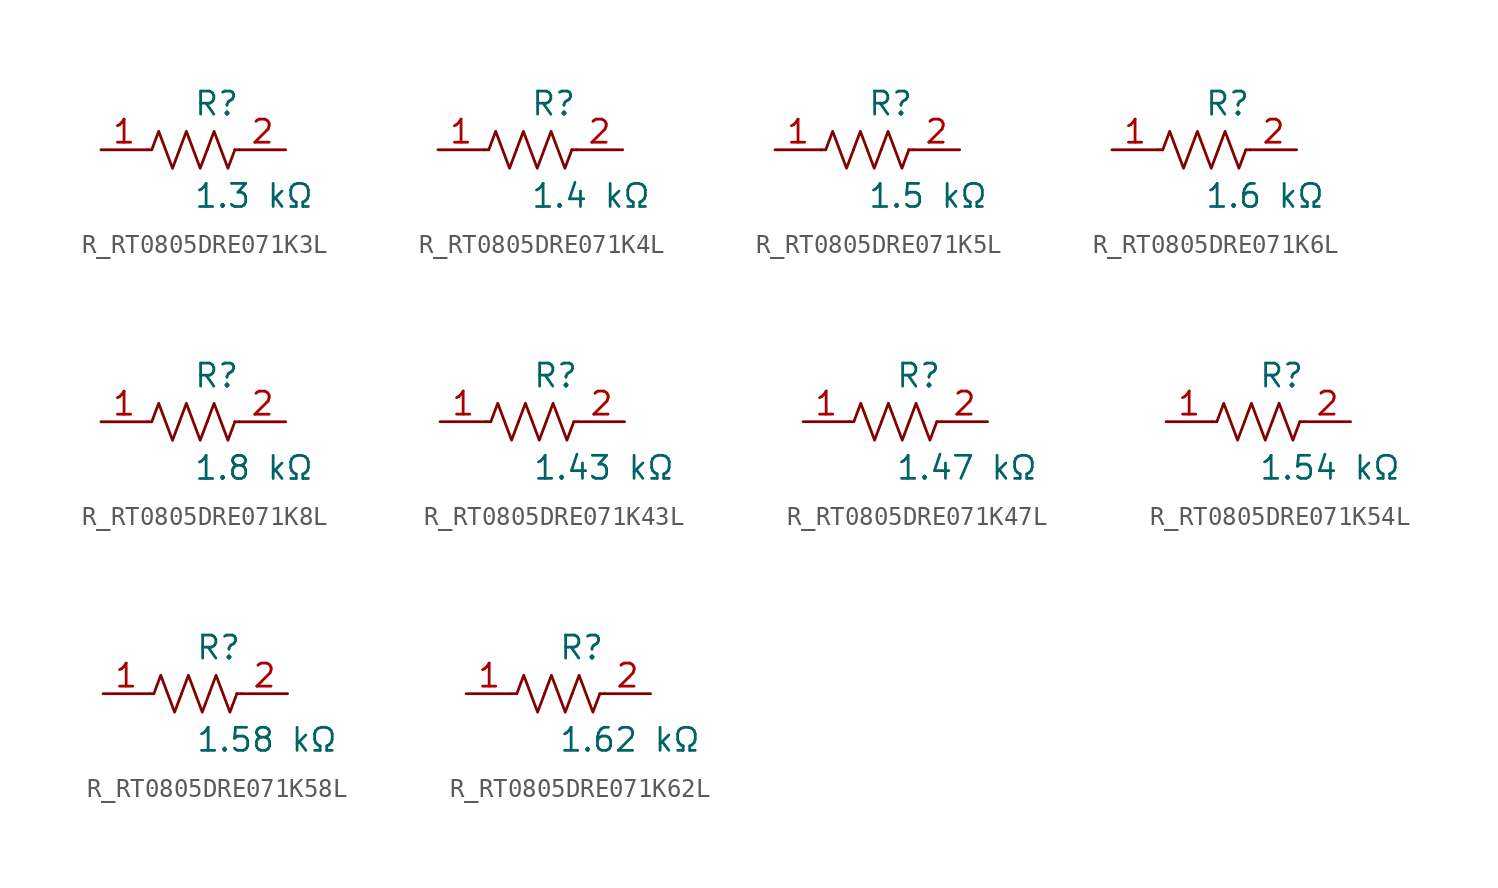
<source format=kicad_sym>
(kicad_symbol_lib
  (version 20231120)
  (generator kicad_symbol_editor)
  (generator_version 8.0)
  (symbol "R_RT0805DRE071K3L"
    (pin_names
      (offset 0.254))
    (property "Reference" "R"
      (at 0.0 2.54 0)
      (effects (font (size 1.27 1.27)) (justify left)))
    (property "Value" "1.3 kΩ"
      (at 0.0 -2.54 0)
      (effects (font (size 1.27 1.27)) (justify left)))
    (symbol "R_RT0805DRE071K3L_0_1"
      (polyline (pts (xy 2.286 0) (xy 2.54 0)) (stroke (width 0) (type default)) (fill (type none)))
      (polyline (pts (xy -2.286 0) (xy -2.54 0)) (stroke (width 0) (type default)) (fill (type none)))
      (polyline (pts (xy 0.762 0) (xy 1.143 1.016) (xy 1.524 0) (xy 1.905 -1.016) (xy 2.286 0)) (stroke (width 0) (type default)) (fill (type none)))
      (polyline (pts (xy -0.762 0) (xy -0.381 1.016) (xy 0 0) (xy 0.381 -1.016) (xy 0.762 0)) (stroke (width 0) (type default)) (fill (type none)))
      (polyline (pts (xy -2.286 0) (xy -1.905 1.016) (xy -1.524 0) (xy -1.143 -1.016) (xy -0.762 0)) (stroke (width 0) (type default)) (fill (type none))))
    (pin unspecified line
      (at -5.08 0 0)
      (length 2.54)
      (name "" (effects (font (size 1.27 1.27))))
      (number "1" (effects (font (size 1.27 1.27)))))
    (pin unspecified line
      (at 5.08 0 180)
      (length 2.54)
      (name "" (effects (font (size 1.27 1.27))))
      (number "2" (effects (font (size 1.27 1.27))))))
  (symbol "R_RT0805DRE071K4L"
    (pin_names
      (offset 0.254))
    (property "Reference" "R"
      (at 0.0 2.54 0)
      (effects (font (size 1.27 1.27)) (justify left)))
    (property "Value" "1.4 kΩ"
      (at 0.0 -2.54 0)
      (effects (font (size 1.27 1.27)) (justify left)))
    (symbol "R_RT0805DRE071K4L_0_1"
      (polyline (pts (xy 2.286 0) (xy 2.54 0)) (stroke (width 0) (type default)) (fill (type none)))
      (polyline (pts (xy -2.286 0) (xy -2.54 0)) (stroke (width 0) (type default)) (fill (type none)))
      (polyline (pts (xy 0.762 0) (xy 1.143 1.016) (xy 1.524 0) (xy 1.905 -1.016) (xy 2.286 0)) (stroke (width 0) (type default)) (fill (type none)))
      (polyline (pts (xy -0.762 0) (xy -0.381 1.016) (xy 0 0) (xy 0.381 -1.016) (xy 0.762 0)) (stroke (width 0) (type default)) (fill (type none)))
      (polyline (pts (xy -2.286 0) (xy -1.905 1.016) (xy -1.524 0) (xy -1.143 -1.016) (xy -0.762 0)) (stroke (width 0) (type default)) (fill (type none))))
    (pin unspecified line
      (at -5.08 0 0)
      (length 2.54)
      (name "" (effects (font (size 1.27 1.27))))
      (number "1" (effects (font (size 1.27 1.27)))))
    (pin unspecified line
      (at 5.08 0 180)
      (length 2.54)
      (name "" (effects (font (size 1.27 1.27))))
      (number "2" (effects (font (size 1.27 1.27))))))
  (symbol "R_RT0805DRE071K5L"
    (pin_names
      (offset 0.254))
    (property "Reference" "R"
      (at 0.0 2.54 0)
      (effects (font (size 1.27 1.27)) (justify left)))
    (property "Value" "1.5 kΩ"
      (at 0.0 -2.54 0)
      (effects (font (size 1.27 1.27)) (justify left)))
    (symbol "R_RT0805DRE071K5L_0_1"
      (polyline (pts (xy 2.286 0) (xy 2.54 0)) (stroke (width 0) (type default)) (fill (type none)))
      (polyline (pts (xy -2.286 0) (xy -2.54 0)) (stroke (width 0) (type default)) (fill (type none)))
      (polyline (pts (xy 0.762 0) (xy 1.143 1.016) (xy 1.524 0) (xy 1.905 -1.016) (xy 2.286 0)) (stroke (width 0) (type default)) (fill (type none)))
      (polyline (pts (xy -0.762 0) (xy -0.381 1.016) (xy 0 0) (xy 0.381 -1.016) (xy 0.762 0)) (stroke (width 0) (type default)) (fill (type none)))
      (polyline (pts (xy -2.286 0) (xy -1.905 1.016) (xy -1.524 0) (xy -1.143 -1.016) (xy -0.762 0)) (stroke (width 0) (type default)) (fill (type none))))
    (pin unspecified line
      (at -5.08 0 0)
      (length 2.54)
      (name "" (effects (font (size 1.27 1.27))))
      (number "1" (effects (font (size 1.27 1.27)))))
    (pin unspecified line
      (at 5.08 0 180)
      (length 2.54)
      (name "" (effects (font (size 1.27 1.27))))
      (number "2" (effects (font (size 1.27 1.27))))))
  (symbol "R_RT0805DRE071K6L"
    (pin_names
      (offset 0.254))
    (property "Reference" "R"
      (at 0.0 2.54 0)
      (effects (font (size 1.27 1.27)) (justify left)))
    (property "Value" "1.6 kΩ"
      (at 0.0 -2.54 0)
      (effects (font (size 1.27 1.27)) (justify left)))
    (symbol "R_RT0805DRE071K6L_0_1"
      (polyline (pts (xy 2.286 0) (xy 2.54 0)) (stroke (width 0) (type default)) (fill (type none)))
      (polyline (pts (xy -2.286 0) (xy -2.54 0)) (stroke (width 0) (type default)) (fill (type none)))
      (polyline (pts (xy 0.762 0) (xy 1.143 1.016) (xy 1.524 0) (xy 1.905 -1.016) (xy 2.286 0)) (stroke (width 0) (type default)) (fill (type none)))
      (polyline (pts (xy -0.762 0) (xy -0.381 1.016) (xy 0 0) (xy 0.381 -1.016) (xy 0.762 0)) (stroke (width 0) (type default)) (fill (type none)))
      (polyline (pts (xy -2.286 0) (xy -1.905 1.016) (xy -1.524 0) (xy -1.143 -1.016) (xy -0.762 0)) (stroke (width 0) (type default)) (fill (type none))))
    (pin unspecified line
      (at -5.08 0 0)
      (length 2.54)
      (name "" (effects (font (size 1.27 1.27))))
      (number "1" (effects (font (size 1.27 1.27)))))
    (pin unspecified line
      (at 5.08 0 180)
      (length 2.54)
      (name "" (effects (font (size 1.27 1.27))))
      (number "2" (effects (font (size 1.27 1.27))))))
  (symbol "R_RT0805DRE071K8L"
    (pin_names
      (offset 0.254))
    (property "Reference" "R"
      (at 0.0 2.54 0)
      (effects (font (size 1.27 1.27)) (justify left)))
    (property "Value" "1.8 kΩ"
      (at 0.0 -2.54 0)
      (effects (font (size 1.27 1.27)) (justify left)))
    (symbol "R_RT0805DRE071K8L_0_1"
      (polyline (pts (xy 2.286 0) (xy 2.54 0)) (stroke (width 0) (type default)) (fill (type none)))
      (polyline (pts (xy -2.286 0) (xy -2.54 0)) (stroke (width 0) (type default)) (fill (type none)))
      (polyline (pts (xy 0.762 0) (xy 1.143 1.016) (xy 1.524 0) (xy 1.905 -1.016) (xy 2.286 0)) (stroke (width 0) (type default)) (fill (type none)))
      (polyline (pts (xy -0.762 0) (xy -0.381 1.016) (xy 0 0) (xy 0.381 -1.016) (xy 0.762 0)) (stroke (width 0) (type default)) (fill (type none)))
      (polyline (pts (xy -2.286 0) (xy -1.905 1.016) (xy -1.524 0) (xy -1.143 -1.016) (xy -0.762 0)) (stroke (width 0) (type default)) (fill (type none))))
    (pin unspecified line
      (at -5.08 0 0)
      (length 2.54)
      (name "" (effects (font (size 1.27 1.27))))
      (number "1" (effects (font (size 1.27 1.27)))))
    (pin unspecified line
      (at 5.08 0 180)
      (length 2.54)
      (name "" (effects (font (size 1.27 1.27))))
      (number "2" (effects (font (size 1.27 1.27))))))
  (symbol "R_RT0805DRE071K43L"
    (pin_names
      (offset 0.254))
    (property "Reference" "R"
      (at 0.0 2.54 0)
      (effects (font (size 1.27 1.27)) (justify left)))
    (property "Value" "1.43 kΩ"
      (at 0.0 -2.54 0)
      (effects (font (size 1.27 1.27)) (justify left)))
    (symbol "R_RT0805DRE071K43L_0_1"
      (polyline (pts (xy 2.286 0) (xy 2.54 0)) (stroke (width 0) (type default)) (fill (type none)))
      (polyline (pts (xy -2.286 0) (xy -2.54 0)) (stroke (width 0) (type default)) (fill (type none)))
      (polyline (pts (xy 0.762 0) (xy 1.143 1.016) (xy 1.524 0) (xy 1.905 -1.016) (xy 2.286 0)) (stroke (width 0) (type default)) (fill (type none)))
      (polyline (pts (xy -0.762 0) (xy -0.381 1.016) (xy 0 0) (xy 0.381 -1.016) (xy 0.762 0)) (stroke (width 0) (type default)) (fill (type none)))
      (polyline (pts (xy -2.286 0) (xy -1.905 1.016) (xy -1.524 0) (xy -1.143 -1.016) (xy -0.762 0)) (stroke (width 0) (type default)) (fill (type none))))
    (pin unspecified line
      (at -5.08 0 0)
      (length 2.54)
      (name "" (effects (font (size 1.27 1.27))))
      (number "1" (effects (font (size 1.27 1.27)))))
    (pin unspecified line
      (at 5.08 0 180)
      (length 2.54)
      (name "" (effects (font (size 1.27 1.27))))
      (number "2" (effects (font (size 1.27 1.27))))))
  (symbol "R_RT0805DRE071K47L"
    (pin_names
      (offset 0.254))
    (property "Reference" "R"
      (at 0.0 2.54 0)
      (effects (font (size 1.27 1.27)) (justify left)))
    (property "Value" "1.47 kΩ"
      (at 0.0 -2.54 0)
      (effects (font (size 1.27 1.27)) (justify left)))
    (symbol "R_RT0805DRE071K47L_0_1"
      (polyline (pts (xy 2.286 0) (xy 2.54 0)) (stroke (width 0) (type default)) (fill (type none)))
      (polyline (pts (xy -2.286 0) (xy -2.54 0)) (stroke (width 0) (type default)) (fill (type none)))
      (polyline (pts (xy 0.762 0) (xy 1.143 1.016) (xy 1.524 0) (xy 1.905 -1.016) (xy 2.286 0)) (stroke (width 0) (type default)) (fill (type none)))
      (polyline (pts (xy -0.762 0) (xy -0.381 1.016) (xy 0 0) (xy 0.381 -1.016) (xy 0.762 0)) (stroke (width 0) (type default)) (fill (type none)))
      (polyline (pts (xy -2.286 0) (xy -1.905 1.016) (xy -1.524 0) (xy -1.143 -1.016) (xy -0.762 0)) (stroke (width 0) (type default)) (fill (type none))))
    (pin unspecified line
      (at -5.08 0 0)
      (length 2.54)
      (name "" (effects (font (size 1.27 1.27))))
      (number "1" (effects (font (size 1.27 1.27)))))
    (pin unspecified line
      (at 5.08 0 180)
      (length 2.54)
      (name "" (effects (font (size 1.27 1.27))))
      (number "2" (effects (font (size 1.27 1.27))))))
  (symbol "R_RT0805DRE071K54L"
    (pin_names
      (offset 0.254))
    (property "Reference" "R"
      (at 0.0 2.54 0)
      (effects (font (size 1.27 1.27)) (justify left)))
    (property "Value" "1.54 kΩ"
      (at 0.0 -2.54 0)
      (effects (font (size 1.27 1.27)) (justify left)))
    (symbol "R_RT0805DRE071K54L_0_1"
      (polyline (pts (xy 2.286 0) (xy 2.54 0)) (stroke (width 0) (type default)) (fill (type none)))
      (polyline (pts (xy -2.286 0) (xy -2.54 0)) (stroke (width 0) (type default)) (fill (type none)))
      (polyline (pts (xy 0.762 0) (xy 1.143 1.016) (xy 1.524 0) (xy 1.905 -1.016) (xy 2.286 0)) (stroke (width 0) (type default)) (fill (type none)))
      (polyline (pts (xy -0.762 0) (xy -0.381 1.016) (xy 0 0) (xy 0.381 -1.016) (xy 0.762 0)) (stroke (width 0) (type default)) (fill (type none)))
      (polyline (pts (xy -2.286 0) (xy -1.905 1.016) (xy -1.524 0) (xy -1.143 -1.016) (xy -0.762 0)) (stroke (width 0) (type default)) (fill (type none))))
    (pin unspecified line
      (at -5.08 0 0)
      (length 2.54)
      (name "" (effects (font (size 1.27 1.27))))
      (number "1" (effects (font (size 1.27 1.27)))))
    (pin unspecified line
      (at 5.08 0 180)
      (length 2.54)
      (name "" (effects (font (size 1.27 1.27))))
      (number "2" (effects (font (size 1.27 1.27))))))
  (symbol "R_RT0805DRE071K58L"
    (pin_names
      (offset 0.254))
    (property "Reference" "R"
      (at 0.0 2.54 0)
      (effects (font (size 1.27 1.27)) (justify left)))
    (property "Value" "1.58 kΩ"
      (at 0.0 -2.54 0)
      (effects (font (size 1.27 1.27)) (justify left)))
    (symbol "R_RT0805DRE071K58L_0_1"
      (polyline (pts (xy 2.286 0) (xy 2.54 0)) (stroke (width 0) (type default)) (fill (type none)))
      (polyline (pts (xy -2.286 0) (xy -2.54 0)) (stroke (width 0) (type default)) (fill (type none)))
      (polyline (pts (xy 0.762 0) (xy 1.143 1.016) (xy 1.524 0) (xy 1.905 -1.016) (xy 2.286 0)) (stroke (width 0) (type default)) (fill (type none)))
      (polyline (pts (xy -0.762 0) (xy -0.381 1.016) (xy 0 0) (xy 0.381 -1.016) (xy 0.762 0)) (stroke (width 0) (type default)) (fill (type none)))
      (polyline (pts (xy -2.286 0) (xy -1.905 1.016) (xy -1.524 0) (xy -1.143 -1.016) (xy -0.762 0)) (stroke (width 0) (type default)) (fill (type none))))
    (pin unspecified line
      (at -5.08 0 0)
      (length 2.54)
      (name "" (effects (font (size 1.27 1.27))))
      (number "1" (effects (font (size 1.27 1.27)))))
    (pin unspecified line
      (at 5.08 0 180)
      (length 2.54)
      (name "" (effects (font (size 1.27 1.27))))
      (number "2" (effects (font (size 1.27 1.27))))))
  (symbol "R_RT0805DRE071K62L"
    (pin_names
      (offset 0.254))
    (property "Reference" "R"
      (at 0.0 2.54 0)
      (effects (font (size 1.27 1.27)) (justify left)))
    (property "Value" "1.62 kΩ"
      (at 0.0 -2.54 0)
      (effects (font (size 1.27 1.27)) (justify left)))
    (symbol "R_RT0805DRE071K62L_0_1"
      (polyline (pts (xy 2.286 0) (xy 2.54 0)) (stroke (width 0) (type default)) (fill (type none)))
      (polyline (pts (xy -2.286 0) (xy -2.54 0)) (stroke (width 0) (type default)) (fill (type none)))
      (polyline (pts (xy 0.762 0) (xy 1.143 1.016) (xy 1.524 0) (xy 1.905 -1.016) (xy 2.286 0)) (stroke (width 0) (type default)) (fill (type none)))
      (polyline (pts (xy -0.762 0) (xy -0.381 1.016) (xy 0 0) (xy 0.381 -1.016) (xy 0.762 0)) (stroke (width 0) (type default)) (fill (type none)))
      (polyline (pts (xy -2.286 0) (xy -1.905 1.016) (xy -1.524 0) (xy -1.143 -1.016) (xy -0.762 0)) (stroke (width 0) (type default)) (fill (type none))))
    (pin unspecified line
      (at -5.08 0 0)
      (length 2.54)
      (name "" (effects (font (size 1.27 1.27))))
      (number "1" (effects (font (size 1.27 1.27)))))
    (pin unspecified line
      (at 5.08 0 180)
      (length 2.54)
      (name "" (effects (font (size 1.27 1.27))))
      (number "2" (effects (font (size 1.27 1.27)))))))
</source>
